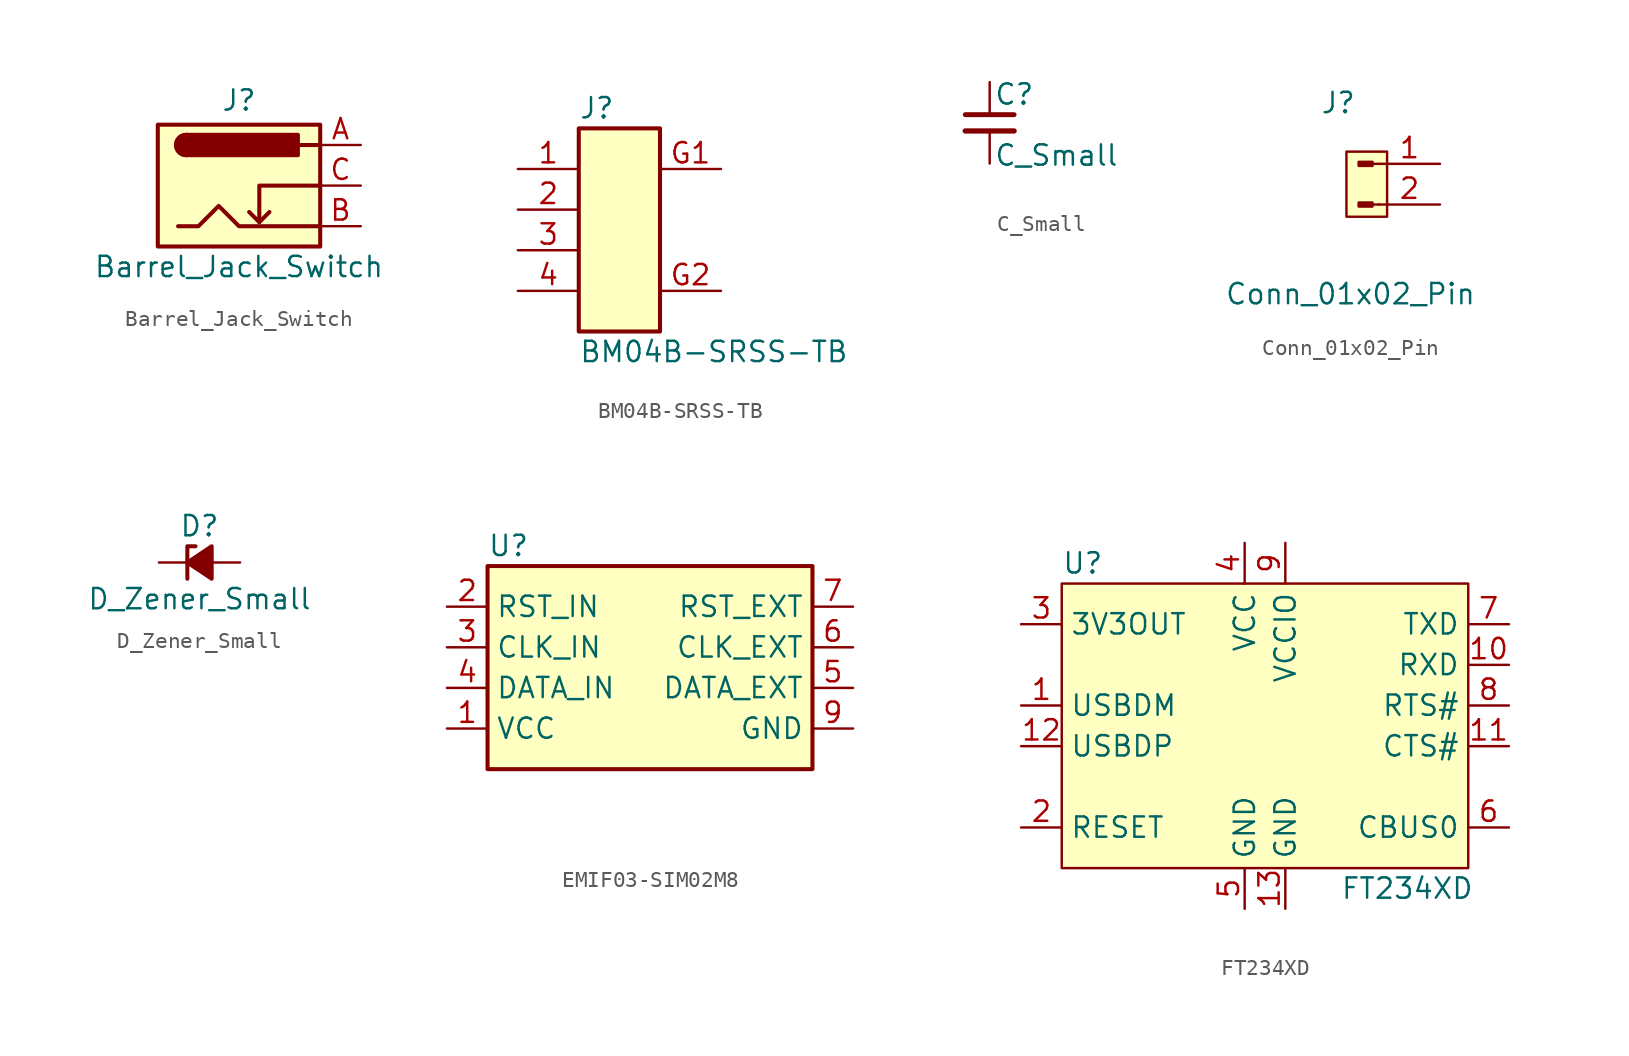
<source format=kicad_sym>
(kicad_symbol_lib
  (version 20241209)
  (generator "kicad_symbol_editor")
  (generator_version "9.0")
  (symbol "Barrel_Jack_Switch"
    (pin_names
      (hide yes))
    (property "Reference" "J"
      (at 0 5.334 0)
      (effects (font (size 1.27 1.27))))
    (property "Value" "Barrel_Jack_Switch"
      (at 0 -5.08 0)
      (effects (font (size 1.27 1.27))))
    (symbol "Barrel_Jack_Switch_0_1"
      (rectangle (start -5.08 3.81) (end 5.08 -3.81) (stroke (width 0.254) (type default)) (fill (type background)))
      (polyline (pts (xy -3.81 -2.54) (xy -2.54 -2.54) (xy -1.27 -1.27) (xy 0 -2.54) (xy 2.54 -2.54) (xy 5.08 -2.54)) (stroke (width 0.254) (type default)) (fill (type none)))
      (arc (start -3.302 1.905) (mid -3.9343 2.54) (end -3.302 3.175) (stroke (width 0.254) (type default)) (fill (type none)))
      (arc (start -3.302 1.905) (mid -3.9343 2.54) (end -3.302 3.175) (stroke (width 0.254) (type default)) (fill (type outline)))
      (polyline (pts (xy 1.27 -2.286) (xy 1.905 -1.651)) (stroke (width 0.254) (type default)) (fill (type none)))
      (rectangle (start 3.683 3.175) (end -3.302 1.905) (stroke (width 0.254) (type default)) (fill (type outline)))
      (polyline (pts (xy 5.08 2.54) (xy 3.81 2.54)) (stroke (width 0.254) (type default)) (fill (type none)))
      (polyline (pts (xy 5.08 0) (xy 1.27 0) (xy 1.27 -2.286) (xy 0.635 -1.651)) (stroke (width 0.254) (type default)) (fill (type none))))
    (symbol "Barrel_Jack_Switch_1_1"
      (pin passive line (at 7.62 2.54 180) (length 2.54) (name "~" (effects (font (size 1.27 1.27)))) (number "A" (effects (font (size 1.27 1.27)))))
      (pin passive line (at 7.62 0 180) (length 2.54) (name "~" (effects (font (size 1.27 1.27)))) (number "C" (effects (font (size 1.27 1.27)))))
      (pin passive line (at 7.62 -2.54 180) (length 2.54) (name "~" (effects (font (size 1.27 1.27)))) (number "B" (effects (font (size 1.27 1.27)))))))
  (symbol "BM04B-SRSS-TB"
    (pin_names
      (offset 1.016)
      (hide yes))
    (property "Reference" "J"
      (at -1.27 8.89 0)
      (effects (font (size 1.27 1.27)) (justify left)))
    (property "Value" "BM04B-SRSS-TB"
      (at -1.27 -6.35 0)
      (effects (font (size 1.27 1.27)) (justify left)))
    (symbol "BM04B-SRSS-TB_1_1"
      (rectangle (start -1.27 7.62) (end 3.81 -5.08) (stroke (width 0.254) (type default)) (fill (type background)))
      (pin passive line (at -5.08 5.08 0) (length 3.81) (name "1" (effects (font (size 1.27 1.27)))) (number "1" (effects (font (size 1.27 1.27)))))
      (pin passive line (at -5.08 2.54 0) (length 3.81) (name "2" (effects (font (size 1.27 1.27)))) (number "2" (effects (font (size 1.27 1.27)))))
      (pin passive line (at -5.08 0 0) (length 3.81) (name "3" (effects (font (size 1.27 1.27)))) (number "3" (effects (font (size 1.27 1.27)))))
      (pin passive line (at -5.08 -2.54 0) (length 3.81) (name "4" (effects (font (size 1.27 1.27)))) (number "4" (effects (font (size 1.27 1.27)))))
      (pin passive line (at 7.62 5.08 180) (length 3.81) (name "G1" (effects (font (size 1.27 1.27)))) (number "G1" (effects (font (size 1.27 1.27)))))
      (pin passive line (at 7.62 -2.54 180) (length 3.81) (name "G2" (effects (font (size 1.27 1.27)))) (number "G2" (effects (font (size 1.27 1.27)))))))
  (symbol "C_Small"
    (pin_numbers
      (hide yes))
    (pin_names
      (offset 0.254)
      (hide yes))
    (property "Reference" "C"
      (at 0.254 1.778 0)
      (effects (font (size 1.27 1.27)) (justify left)))
    (property "Value" "C_Small"
      (at 0.254 -2.032 0)
      (effects (font (size 1.27 1.27)) (justify left)))
    (property "Voltage - Rated" ""
      (at 2.286 -4.318 0)
      (effects (font (size 1.27 1.27))))
    (symbol "C_Small_0_1"
      (polyline (pts (xy -1.524 0.508) (xy 1.524 0.508)) (stroke (width 0.305) (type default)) (fill (type none)))
      (polyline (pts (xy -1.524 -0.508) (xy 1.524 -0.508)) (stroke (width 0.33) (type default)) (fill (type none))))
    (symbol "C_Small_1_1"
      (pin passive line (at 0 2.54 270) (length 2.032) (name "~" (effects (font (size 1.27 1.27)))) (number "1" (effects (font (size 1.27 1.27)))))
      (pin passive line (at 0 -2.54 90) (length 2.032) (name "~" (effects (font (size 1.27 1.27)))) (number "2" (effects (font (size 1.27 1.27)))))))
  (symbol "Conn_01x02_Pin"
    (pin_names
      (offset 1.016)
      (hide yes))
    (property "Reference" "J"
      (at 0 2.54 0)
      (effects (font (size 1.27 1.27))))
    (property "Value" "Conn_01x02_Pin"
      (at 0.762 -9.398 0)
      (effects (font (size 1.27 1.27))))
    (property "ki_locked" ""
      (at 0 0 0)
      (effects (font (size 1.27 1.27))))
    (symbol "Conn_01x02_Pin_1_1"
      (rectangle (start 0.508 -0.508) (end 3.048 -4.572) (stroke (width 0) (type default)) (fill (type background)))
      (rectangle (start 2.134 -1.143) (end 1.27 -1.397) (stroke (width 0.152) (type default)) (fill (type outline)))
      (rectangle (start 2.134 -3.683) (end 1.27 -3.937) (stroke (width 0.152) (type default)) (fill (type outline)))
      (polyline (pts (xy 2.54 -1.27) (xy 2.134 -1.27)) (stroke (width 0.152) (type default)) (fill (type none)))
      (polyline (pts (xy 2.54 -3.81) (xy 2.134 -3.81)) (stroke (width 0.152) (type default)) (fill (type none)))
      (pin passive line (at 6.35 -1.27 180) (length 3.81) (name "Pin_1" (effects (font (size 1.27 1.27)))) (number "1" (effects (font (size 1.27 1.27)))))
      (pin passive line (at 6.35 -3.81 180) (length 3.81) (name "Pin_2" (effects (font (size 1.27 1.27)))) (number "2" (effects (font (size 1.27 1.27)))))))
  (symbol "D_Zener_Small"
    (pin_numbers
      (hide yes))
    (pin_names
      (offset 0.254)
      (hide yes))
    (property "Reference" "D"
      (at 0 2.286 0)
      (effects (font (size 1.27 1.27))))
    (property "Value" "D_Zener_Small"
      (at 0 -2.286 0)
      (effects (font (size 1.27 1.27))))
    (symbol "D_Zener_Small_0_1"
      (polyline (pts (xy -0.254 1.016) (xy -0.762 1.016) (xy -0.762 -1.016)) (stroke (width 0.254) (type default)) (fill (type none)))
      (polyline (pts (xy 0.762 1.016) (xy -0.762 0) (xy 0.762 -1.016) (xy 0.762 1.016)) (stroke (width 0.254) (type default)) (fill (type outline)))
      (polyline (pts (xy 0.762 0) (xy -0.762 0)) (stroke (width 0) (type default)) (fill (type none))))
    (symbol "D_Zener_Small_1_1"
      (pin passive line (at -2.54 0 0) (length 1.778) (name "K" (effects (font (size 1.27 1.27)))) (number "1" (effects (font (size 1.27 1.27)))))
      (pin passive line (at 2.54 0 180) (length 1.778) (name "A" (effects (font (size 1.27 1.27)))) (number "2" (effects (font (size 1.27 1.27)))))))
  (symbol "EMIF03-SIM02M8"
    (property "Reference" "U"
      (at -10.16 7.62 0)
      (effects (font (size 1.27 1.27)) (justify left)))
    (property "Value" ""
      (at -10.16 -10.16 0)
      (effects (font (size 1.27 1.27)) (justify left)))
    (symbol "EMIF03-SIM02M8_1_1"
      (rectangle (start -10.16 6.35) (end 10.16 -6.35) (stroke (width 0.254) (type default)) (fill (type background)))
      (pin bidirectional line (at -12.7 3.81 0) (length 2.54) (name "RST_IN" (effects (font (size 1.27 1.27)))) (number "2" (effects (font (size 1.27 1.27)))))
      (pin bidirectional line (at -12.7 1.27 0) (length 2.54) (name "CLK_IN" (effects (font (size 1.27 1.27)))) (number "3" (effects (font (size 1.27 1.27)))))
      (pin bidirectional line (at -12.7 -1.27 0) (length 2.54) (name "DATA_IN" (effects (font (size 1.27 1.27)))) (number "4" (effects (font (size 1.27 1.27)))))
      (pin power_in line (at -12.7 -3.81 0) (length 2.54) (name "VCC" (effects (font (size 1.27 1.27)))) (number "1" (effects (font (size 1.27 1.27)))))
      (pin power_in line (at -12.7 -3.81 0) (length 2.54) (hide yes) (name "VCC" (effects (font (size 1.27 1.27)))) (number "8" (effects (font (size 1.27 1.27)))))
      (pin bidirectional line (at 12.7 3.81 180) (length 2.54) (name "RST_EXT" (effects (font (size 1.27 1.27)))) (number "7" (effects (font (size 1.27 1.27)))))
      (pin bidirectional line (at 12.7 1.27 180) (length 2.54) (name "CLK_EXT" (effects (font (size 1.27 1.27)))) (number "6" (effects (font (size 1.27 1.27)))))
      (pin bidirectional line (at 12.7 -1.27 180) (length 2.54) (name "DATA_EXT" (effects (font (size 1.27 1.27)))) (number "5" (effects (font (size 1.27 1.27)))))
      (pin power_in line (at 12.7 -3.81 180) (length 2.54) (name "GND" (effects (font (size 1.27 1.27)))) (number "9" (effects (font (size 1.27 1.27)))))
      (pin input line (at 12.7 -3.81 180) (length 2.54) (hide yes) (name "GND" (effects (font (size 1.27 1.27)))) (number "GND" (effects (font (size 1.27 1.27)))))))
  (symbol "FT234XD"
    (property "Reference" "U"
      (at -12.7 10.16 0)
      (effects (font (size 1.27 1.27)) (justify left)))
    (property "Value" "FT234XD"
      (at 8.89 -10.16 0)
      (effects (font (size 1.27 1.27))))
    (symbol "FT234XD_1_1"
      (rectangle (start -12.7 8.89) (end 12.7 -8.89) (stroke (width 0) (type default)) (fill (type background)))
      (pin power_out line (at -15.24 6.35 0) (length 2.54) (name "3V3OUT" (effects (font (size 1.27 1.27)))) (number "3" (effects (font (size 1.27 1.27)))))
      (pin bidirectional line (at -15.24 1.27 0) (length 2.54) (name "USBDM" (effects (font (size 1.27 1.27)))) (number "1" (effects (font (size 1.27 1.27)))))
      (pin bidirectional line (at -15.24 -1.27 0) (length 2.54) (name "USBDP" (effects (font (size 1.27 1.27)))) (number "12" (effects (font (size 1.27 1.27)))))
      (pin input line (at -15.24 -6.35 0) (length 2.54) (name "RESET" (effects (font (size 1.27 1.27)))) (number "2" (effects (font (size 1.27 1.27)))))
      (pin power_in line (at -1.27 11.43 270) (length 2.54) (name "VCC" (effects (font (size 1.27 1.27)))) (number "4" (effects (font (size 1.27 1.27)))))
      (pin power_in line (at -1.27 -11.43 90) (length 2.54) (name "GND" (effects (font (size 1.27 1.27)))) (number "5" (effects (font (size 1.27 1.27)))))
      (pin power_in line (at 1.27 11.43 270) (length 2.54) (name "VCCIO" (effects (font (size 1.27 1.27)))) (number "9" (effects (font (size 1.27 1.27)))))
      (pin power_in line (at 1.27 -11.43 90) (length 2.54) (name "GND" (effects (font (size 1.27 1.27)))) (number "13" (effects (font (size 1.27 1.27)))))
      (pin output line (at 15.24 6.35 180) (length 2.54) (name "TXD" (effects (font (size 1.27 1.27)))) (number "7" (effects (font (size 1.27 1.27)))))
      (pin input line (at 15.24 3.81 180) (length 2.54) (name "RXD" (effects (font (size 1.27 1.27)))) (number "10" (effects (font (size 1.27 1.27)))))
      (pin output line (at 15.24 1.27 180) (length 2.54) (name "RTS#" (effects (font (size 1.27 1.27)))) (number "8" (effects (font (size 1.27 1.27)))))
      (pin input line (at 15.24 -1.27 180) (length 2.54) (name "CTS#" (effects (font (size 1.27 1.27)))) (number "11" (effects (font (size 1.27 1.27)))))
      (pin bidirectional line (at 15.24 -6.35 180) (length 2.54) (name "CBUS0" (effects (font (size 1.27 1.27)))) (number "6" (effects (font (size 1.27 1.27))))))))
</source>
